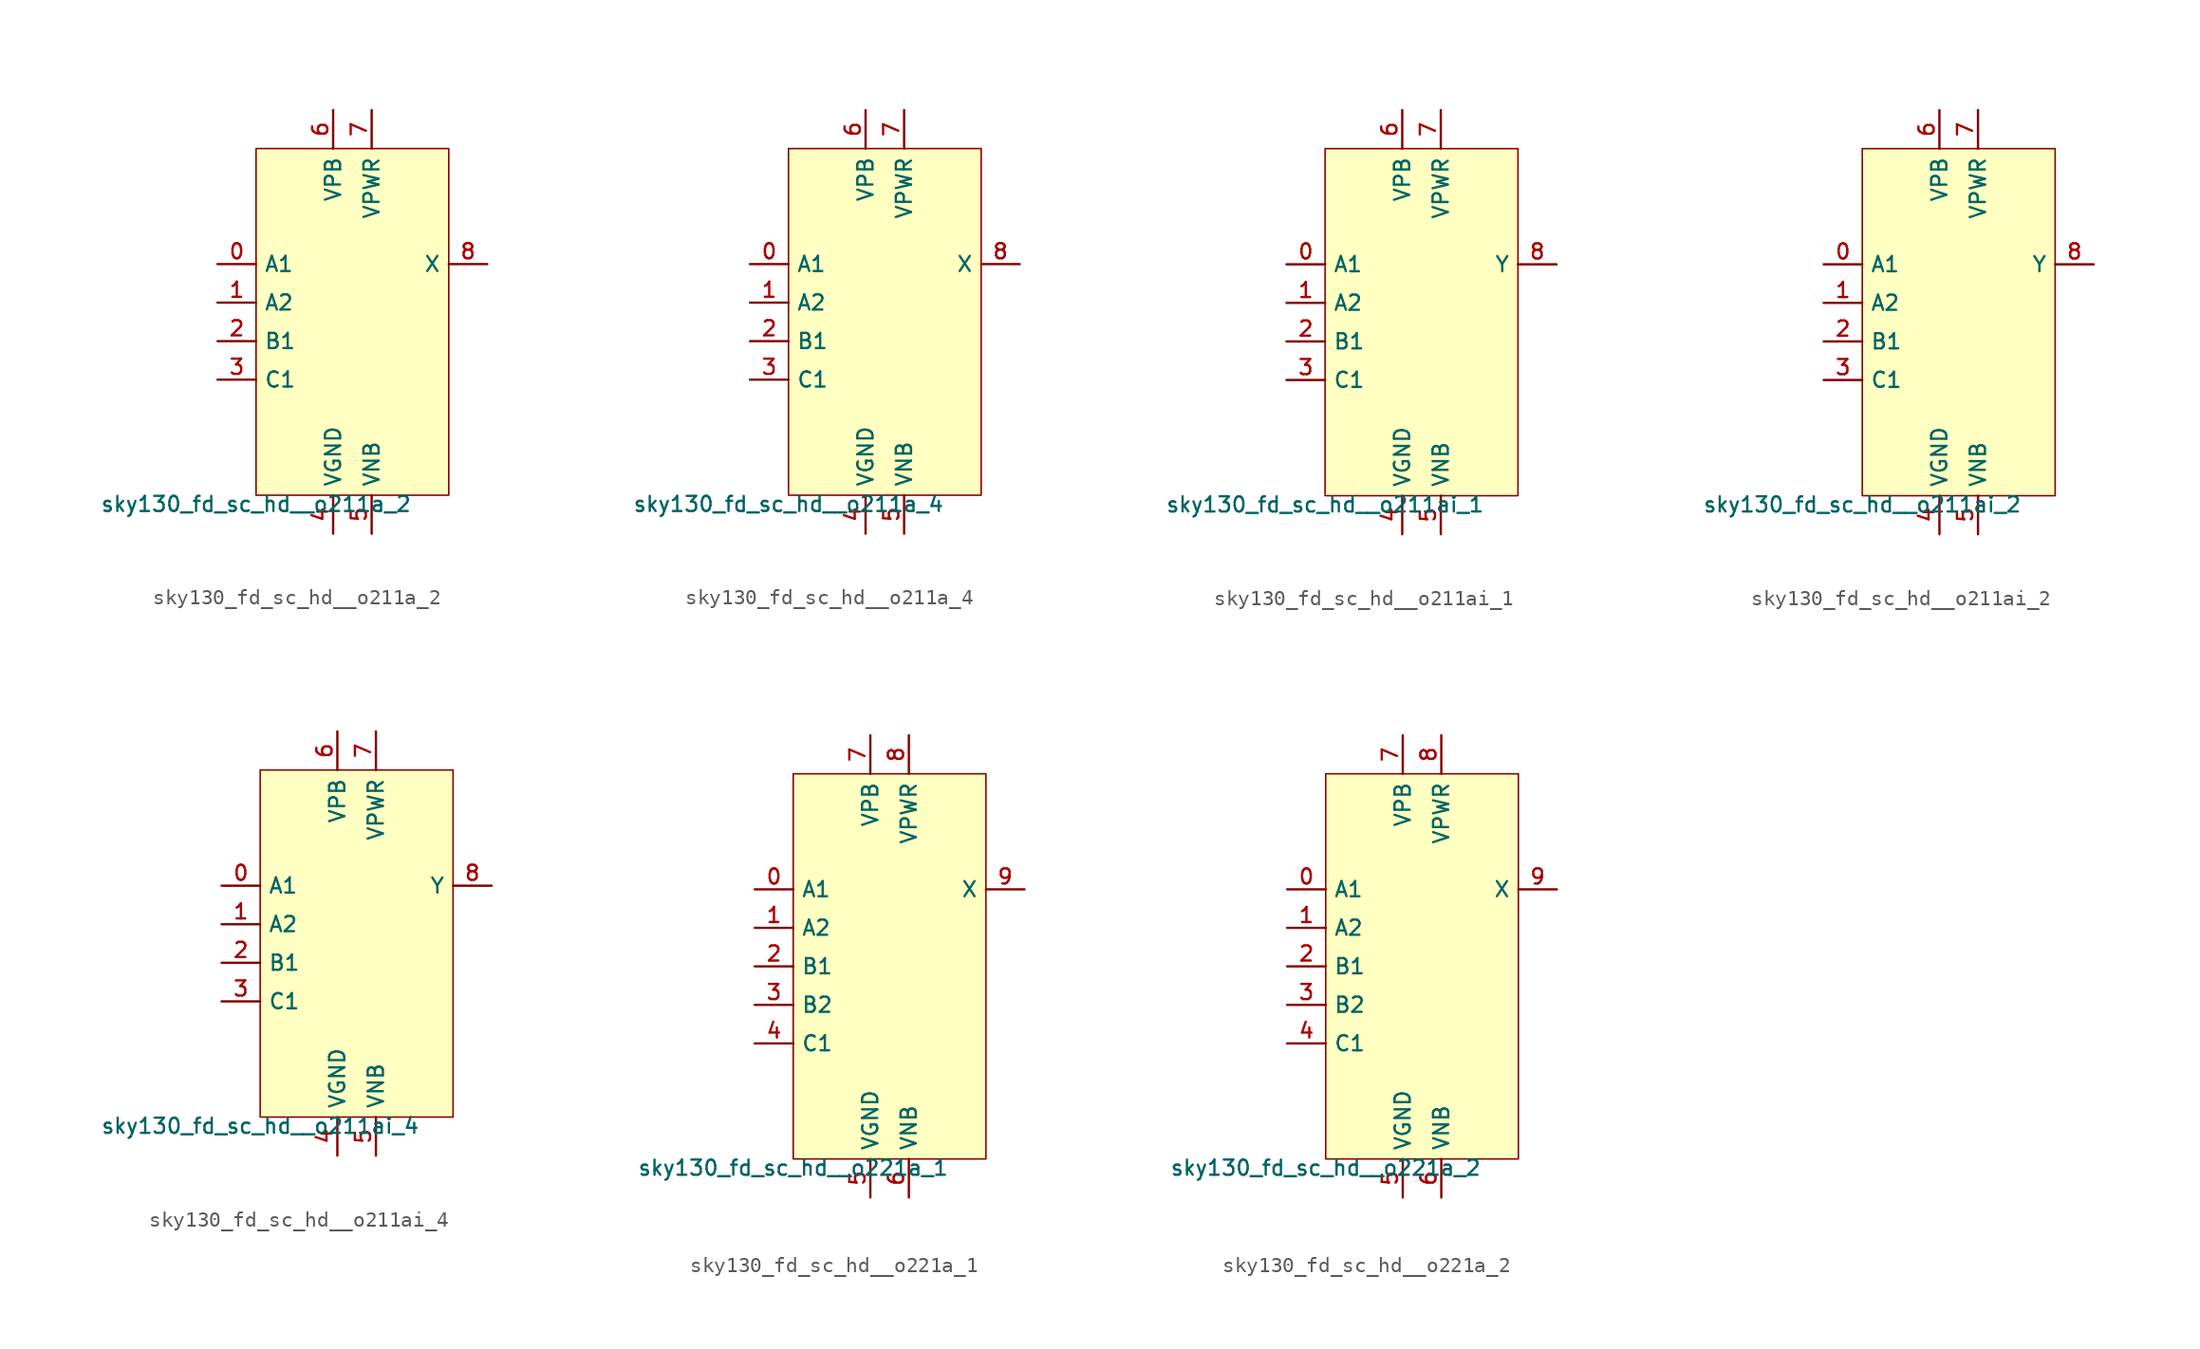
<source format=kicad_sym>
(kicad_symbol_lib
  (version 20211014)
  (generator lef2kicad_sym)
  (symbol "sky130_fd_sc_hd__o211a_2"
    (property "Reference" "X"
      (at 0 0 0)
      (effects (font (size 1 1)) hide))
    (property "Value" "sky130_fd_sc_hd__o211a_2"
      (at -6.35 -11.43 0)
      (effects (font (size 1 1)) (justify top)))
    (rectangle
      (start -6.35 -11.43)
      (end 6.35 11.43)
      (stroke (width 0.1) (type solid) (color 0 0 0 0))
      (fill (type background)))
    (pin input line
      (at -8.89 3.81 0)
      (length 2.54)
      (name "A1" (effects (font (size 1 1)) hide))
      (number "0" (effects (font (size 1 1)) hide)))
    (pin input line
      (at -8.89 1.27 0)
      (length 2.54)
      (name "A2" (effects (font (size 1 1)) hide))
      (number "1" (effects (font (size 1 1)) hide)))
    (pin input line
      (at -8.89 -1.27 0)
      (length 2.54)
      (name "B1" (effects (font (size 1 1)) hide))
      (number "2" (effects (font (size 1 1)) hide)))
    (pin input line
      (at -8.89 -3.81 0)
      (length 2.54)
      (name "C1" (effects (font (size 1 1)) hide))
      (number "3" (effects (font (size 1 1)) hide)))
    (pin power_in line
      (at -1.27 -13.97 90)
      (length 2.54)
      (name "VGND" (effects (font (size 1 1)) hide))
      (number "4" (effects (font (size 1 1)) hide)))
    (pin power_in line
      (at 1.27 -13.97 90)
      (length 2.54)
      (name "VNB" (effects (font (size 1 1)) hide))
      (number "5" (effects (font (size 1 1)) hide)))
    (pin power_in line
      (at -1.27 13.97 270)
      (length 2.54)
      (name "VPB" (effects (font (size 1 1)) hide))
      (number "6" (effects (font (size 1 1)) hide)))
    (pin power_in line
      (at 1.27 13.97 270)
      (length 2.54)
      (name "VPWR" (effects (font (size 1 1)) hide))
      (number "7" (effects (font (size 1 1)) hide)))
    (pin output line
      (at 8.89 3.81 180)
      (length 2.54)
      (name "X" (effects (font (size 1 1)) hide))
      (number "8" (effects (font (size 1 1)) hide))))
  (symbol "sky130_fd_sc_hd__o211a_4"
    (property "Reference" "X"
      (at 0 0 0)
      (effects (font (size 1 1)) hide))
    (property "Value" "sky130_fd_sc_hd__o211a_4"
      (at -6.35 -11.43 0)
      (effects (font (size 1 1)) (justify top)))
    (rectangle
      (start -6.35 -11.43)
      (end 6.35 11.43)
      (stroke (width 0.1) (type solid) (color 0 0 0 0))
      (fill (type background)))
    (pin input line
      (at -8.89 3.81 0)
      (length 2.54)
      (name "A1" (effects (font (size 1 1)) hide))
      (number "0" (effects (font (size 1 1)) hide)))
    (pin input line
      (at -8.89 1.27 0)
      (length 2.54)
      (name "A2" (effects (font (size 1 1)) hide))
      (number "1" (effects (font (size 1 1)) hide)))
    (pin input line
      (at -8.89 -1.27 0)
      (length 2.54)
      (name "B1" (effects (font (size 1 1)) hide))
      (number "2" (effects (font (size 1 1)) hide)))
    (pin input line
      (at -8.89 -3.81 0)
      (length 2.54)
      (name "C1" (effects (font (size 1 1)) hide))
      (number "3" (effects (font (size 1 1)) hide)))
    (pin power_in line
      (at -1.27 -13.97 90)
      (length 2.54)
      (name "VGND" (effects (font (size 1 1)) hide))
      (number "4" (effects (font (size 1 1)) hide)))
    (pin power_in line
      (at 1.27 -13.97 90)
      (length 2.54)
      (name "VNB" (effects (font (size 1 1)) hide))
      (number "5" (effects (font (size 1 1)) hide)))
    (pin power_in line
      (at -1.27 13.97 270)
      (length 2.54)
      (name "VPB" (effects (font (size 1 1)) hide))
      (number "6" (effects (font (size 1 1)) hide)))
    (pin power_in line
      (at 1.27 13.97 270)
      (length 2.54)
      (name "VPWR" (effects (font (size 1 1)) hide))
      (number "7" (effects (font (size 1 1)) hide)))
    (pin output line
      (at 8.89 3.81 180)
      (length 2.54)
      (name "X" (effects (font (size 1 1)) hide))
      (number "8" (effects (font (size 1 1)) hide))))
  (symbol "sky130_fd_sc_hd__o211ai_1"
    (property "Reference" "X"
      (at 0 0 0)
      (effects (font (size 1 1)) hide))
    (property "Value" "sky130_fd_sc_hd__o211ai_1"
      (at -6.35 -11.43 0)
      (effects (font (size 1 1)) (justify top)))
    (rectangle
      (start -6.35 -11.43)
      (end 6.35 11.43)
      (stroke (width 0.1) (type solid) (color 0 0 0 0))
      (fill (type background)))
    (pin input line
      (at -8.89 3.81 0)
      (length 2.54)
      (name "A1" (effects (font (size 1 1)) hide))
      (number "0" (effects (font (size 1 1)) hide)))
    (pin input line
      (at -8.89 1.27 0)
      (length 2.54)
      (name "A2" (effects (font (size 1 1)) hide))
      (number "1" (effects (font (size 1 1)) hide)))
    (pin input line
      (at -8.89 -1.27 0)
      (length 2.54)
      (name "B1" (effects (font (size 1 1)) hide))
      (number "2" (effects (font (size 1 1)) hide)))
    (pin input line
      (at -8.89 -3.81 0)
      (length 2.54)
      (name "C1" (effects (font (size 1 1)) hide))
      (number "3" (effects (font (size 1 1)) hide)))
    (pin power_in line
      (at -1.27 -13.97 90)
      (length 2.54)
      (name "VGND" (effects (font (size 1 1)) hide))
      (number "4" (effects (font (size 1 1)) hide)))
    (pin power_in line
      (at 1.27 -13.97 90)
      (length 2.54)
      (name "VNB" (effects (font (size 1 1)) hide))
      (number "5" (effects (font (size 1 1)) hide)))
    (pin power_in line
      (at -1.27 13.97 270)
      (length 2.54)
      (name "VPB" (effects (font (size 1 1)) hide))
      (number "6" (effects (font (size 1 1)) hide)))
    (pin power_in line
      (at 1.27 13.97 270)
      (length 2.54)
      (name "VPWR" (effects (font (size 1 1)) hide))
      (number "7" (effects (font (size 1 1)) hide)))
    (pin output line
      (at 8.89 3.81 180)
      (length 2.54)
      (name "Y" (effects (font (size 1 1)) hide))
      (number "8" (effects (font (size 1 1)) hide))))
  (symbol "sky130_fd_sc_hd__o211ai_2"
    (property "Reference" "X"
      (at 0 0 0)
      (effects (font (size 1 1)) hide))
    (property "Value" "sky130_fd_sc_hd__o211ai_2"
      (at -6.35 -11.43 0)
      (effects (font (size 1 1)) (justify top)))
    (rectangle
      (start -6.35 -11.43)
      (end 6.35 11.43)
      (stroke (width 0.1) (type solid) (color 0 0 0 0))
      (fill (type background)))
    (pin input line
      (at -8.89 3.81 0)
      (length 2.54)
      (name "A1" (effects (font (size 1 1)) hide))
      (number "0" (effects (font (size 1 1)) hide)))
    (pin input line
      (at -8.89 1.27 0)
      (length 2.54)
      (name "A2" (effects (font (size 1 1)) hide))
      (number "1" (effects (font (size 1 1)) hide)))
    (pin input line
      (at -8.89 -1.27 0)
      (length 2.54)
      (name "B1" (effects (font (size 1 1)) hide))
      (number "2" (effects (font (size 1 1)) hide)))
    (pin input line
      (at -8.89 -3.81 0)
      (length 2.54)
      (name "C1" (effects (font (size 1 1)) hide))
      (number "3" (effects (font (size 1 1)) hide)))
    (pin power_in line
      (at -1.27 -13.97 90)
      (length 2.54)
      (name "VGND" (effects (font (size 1 1)) hide))
      (number "4" (effects (font (size 1 1)) hide)))
    (pin power_in line
      (at 1.27 -13.97 90)
      (length 2.54)
      (name "VNB" (effects (font (size 1 1)) hide))
      (number "5" (effects (font (size 1 1)) hide)))
    (pin power_in line
      (at -1.27 13.97 270)
      (length 2.54)
      (name "VPB" (effects (font (size 1 1)) hide))
      (number "6" (effects (font (size 1 1)) hide)))
    (pin power_in line
      (at 1.27 13.97 270)
      (length 2.54)
      (name "VPWR" (effects (font (size 1 1)) hide))
      (number "7" (effects (font (size 1 1)) hide)))
    (pin output line
      (at 8.89 3.81 180)
      (length 2.54)
      (name "Y" (effects (font (size 1 1)) hide))
      (number "8" (effects (font (size 1 1)) hide))))
  (symbol "sky130_fd_sc_hd__o211ai_4"
    (property "Reference" "X"
      (at 0 0 0)
      (effects (font (size 1 1)) hide))
    (property "Value" "sky130_fd_sc_hd__o211ai_4"
      (at -6.35 -11.43 0)
      (effects (font (size 1 1)) (justify top)))
    (rectangle
      (start -6.35 -11.43)
      (end 6.35 11.43)
      (stroke (width 0.1) (type solid) (color 0 0 0 0))
      (fill (type background)))
    (pin input line
      (at -8.89 3.81 0)
      (length 2.54)
      (name "A1" (effects (font (size 1 1)) hide))
      (number "0" (effects (font (size 1 1)) hide)))
    (pin input line
      (at -8.89 1.27 0)
      (length 2.54)
      (name "A2" (effects (font (size 1 1)) hide))
      (number "1" (effects (font (size 1 1)) hide)))
    (pin input line
      (at -8.89 -1.27 0)
      (length 2.54)
      (name "B1" (effects (font (size 1 1)) hide))
      (number "2" (effects (font (size 1 1)) hide)))
    (pin input line
      (at -8.89 -3.81 0)
      (length 2.54)
      (name "C1" (effects (font (size 1 1)) hide))
      (number "3" (effects (font (size 1 1)) hide)))
    (pin power_in line
      (at -1.27 -13.97 90)
      (length 2.54)
      (name "VGND" (effects (font (size 1 1)) hide))
      (number "4" (effects (font (size 1 1)) hide)))
    (pin power_in line
      (at 1.27 -13.97 90)
      (length 2.54)
      (name "VNB" (effects (font (size 1 1)) hide))
      (number "5" (effects (font (size 1 1)) hide)))
    (pin power_in line
      (at -1.27 13.97 270)
      (length 2.54)
      (name "VPB" (effects (font (size 1 1)) hide))
      (number "6" (effects (font (size 1 1)) hide)))
    (pin power_in line
      (at 1.27 13.97 270)
      (length 2.54)
      (name "VPWR" (effects (font (size 1 1)) hide))
      (number "7" (effects (font (size 1 1)) hide)))
    (pin output line
      (at 8.89 3.81 180)
      (length 2.54)
      (name "Y" (effects (font (size 1 1)) hide))
      (number "8" (effects (font (size 1 1)) hide))))
  (symbol "sky130_fd_sc_hd__o221a_1"
    (property "Reference" "X"
      (at 0 0 0)
      (effects (font (size 1 1)) hide))
    (property "Value" "sky130_fd_sc_hd__o221a_1"
      (at -6.35 -12.7 0)
      (effects (font (size 1 1)) (justify top)))
    (rectangle
      (start -6.35 -12.7)
      (end 6.35 12.7)
      (stroke (width 0.1) (type solid) (color 0 0 0 0))
      (fill (type background)))
    (pin input line
      (at -8.89 5.08 0)
      (length 2.54)
      (name "A1" (effects (font (size 1 1)) hide))
      (number "0" (effects (font (size 1 1)) hide)))
    (pin input line
      (at -8.89 2.54 0)
      (length 2.54)
      (name "A2" (effects (font (size 1 1)) hide))
      (number "1" (effects (font (size 1 1)) hide)))
    (pin input line
      (at -8.89 -8.881784197001252e-16 0)
      (length 2.54)
      (name "B1" (effects (font (size 1 1)) hide))
      (number "2" (effects (font (size 1 1)) hide)))
    (pin input line
      (at -8.89 -2.54 0)
      (length 2.54)
      (name "B2" (effects (font (size 1 1)) hide))
      (number "3" (effects (font (size 1 1)) hide)))
    (pin input line
      (at -8.89 -5.08 0)
      (length 2.54)
      (name "C1" (effects (font (size 1 1)) hide))
      (number "4" (effects (font (size 1 1)) hide)))
    (pin power_in line
      (at -1.27 -15.24 90)
      (length 2.54)
      (name "VGND" (effects (font (size 1 1)) hide))
      (number "5" (effects (font (size 1 1)) hide)))
    (pin power_in line
      (at 1.27 -15.24 90)
      (length 2.54)
      (name "VNB" (effects (font (size 1 1)) hide))
      (number "6" (effects (font (size 1 1)) hide)))
    (pin power_in line
      (at -1.27 15.24 270)
      (length 2.54)
      (name "VPB" (effects (font (size 1 1)) hide))
      (number "7" (effects (font (size 1 1)) hide)))
    (pin power_in line
      (at 1.27 15.24 270)
      (length 2.54)
      (name "VPWR" (effects (font (size 1 1)) hide))
      (number "8" (effects (font (size 1 1)) hide)))
    (pin output line
      (at 8.89 5.08 180)
      (length 2.54)
      (name "X" (effects (font (size 1 1)) hide))
      (number "9" (effects (font (size 1 1)) hide))))
  (symbol "sky130_fd_sc_hd__o221a_2"
    (property "Reference" "X"
      (at 0 0 0)
      (effects (font (size 1 1)) hide))
    (property "Value" "sky130_fd_sc_hd__o221a_2"
      (at -6.35 -12.7 0)
      (effects (font (size 1 1)) (justify top)))
    (rectangle
      (start -6.35 -12.7)
      (end 6.35 12.7)
      (stroke (width 0.1) (type solid) (color 0 0 0 0))
      (fill (type background)))
    (pin input line
      (at -8.89 5.08 0)
      (length 2.54)
      (name "A1" (effects (font (size 1 1)) hide))
      (number "0" (effects (font (size 1 1)) hide)))
    (pin input line
      (at -8.89 2.54 0)
      (length 2.54)
      (name "A2" (effects (font (size 1 1)) hide))
      (number "1" (effects (font (size 1 1)) hide)))
    (pin input line
      (at -8.89 -8.881784197001252e-16 0)
      (length 2.54)
      (name "B1" (effects (font (size 1 1)) hide))
      (number "2" (effects (font (size 1 1)) hide)))
    (pin input line
      (at -8.89 -2.54 0)
      (length 2.54)
      (name "B2" (effects (font (size 1 1)) hide))
      (number "3" (effects (font (size 1 1)) hide)))
    (pin input line
      (at -8.89 -5.08 0)
      (length 2.54)
      (name "C1" (effects (font (size 1 1)) hide))
      (number "4" (effects (font (size 1 1)) hide)))
    (pin power_in line
      (at -1.27 -15.24 90)
      (length 2.54)
      (name "VGND" (effects (font (size 1 1)) hide))
      (number "5" (effects (font (size 1 1)) hide)))
    (pin power_in line
      (at 1.27 -15.24 90)
      (length 2.54)
      (name "VNB" (effects (font (size 1 1)) hide))
      (number "6" (effects (font (size 1 1)) hide)))
    (pin power_in line
      (at -1.27 15.24 270)
      (length 2.54)
      (name "VPB" (effects (font (size 1 1)) hide))
      (number "7" (effects (font (size 1 1)) hide)))
    (pin power_in line
      (at 1.27 15.24 270)
      (length 2.54)
      (name "VPWR" (effects (font (size 1 1)) hide))
      (number "8" (effects (font (size 1 1)) hide)))
    (pin output line
      (at 8.89 5.08 180)
      (length 2.54)
      (name "X" (effects (font (size 1 1)) hide))
      (number "9" (effects (font (size 1 1)) hide)))))
</source>
